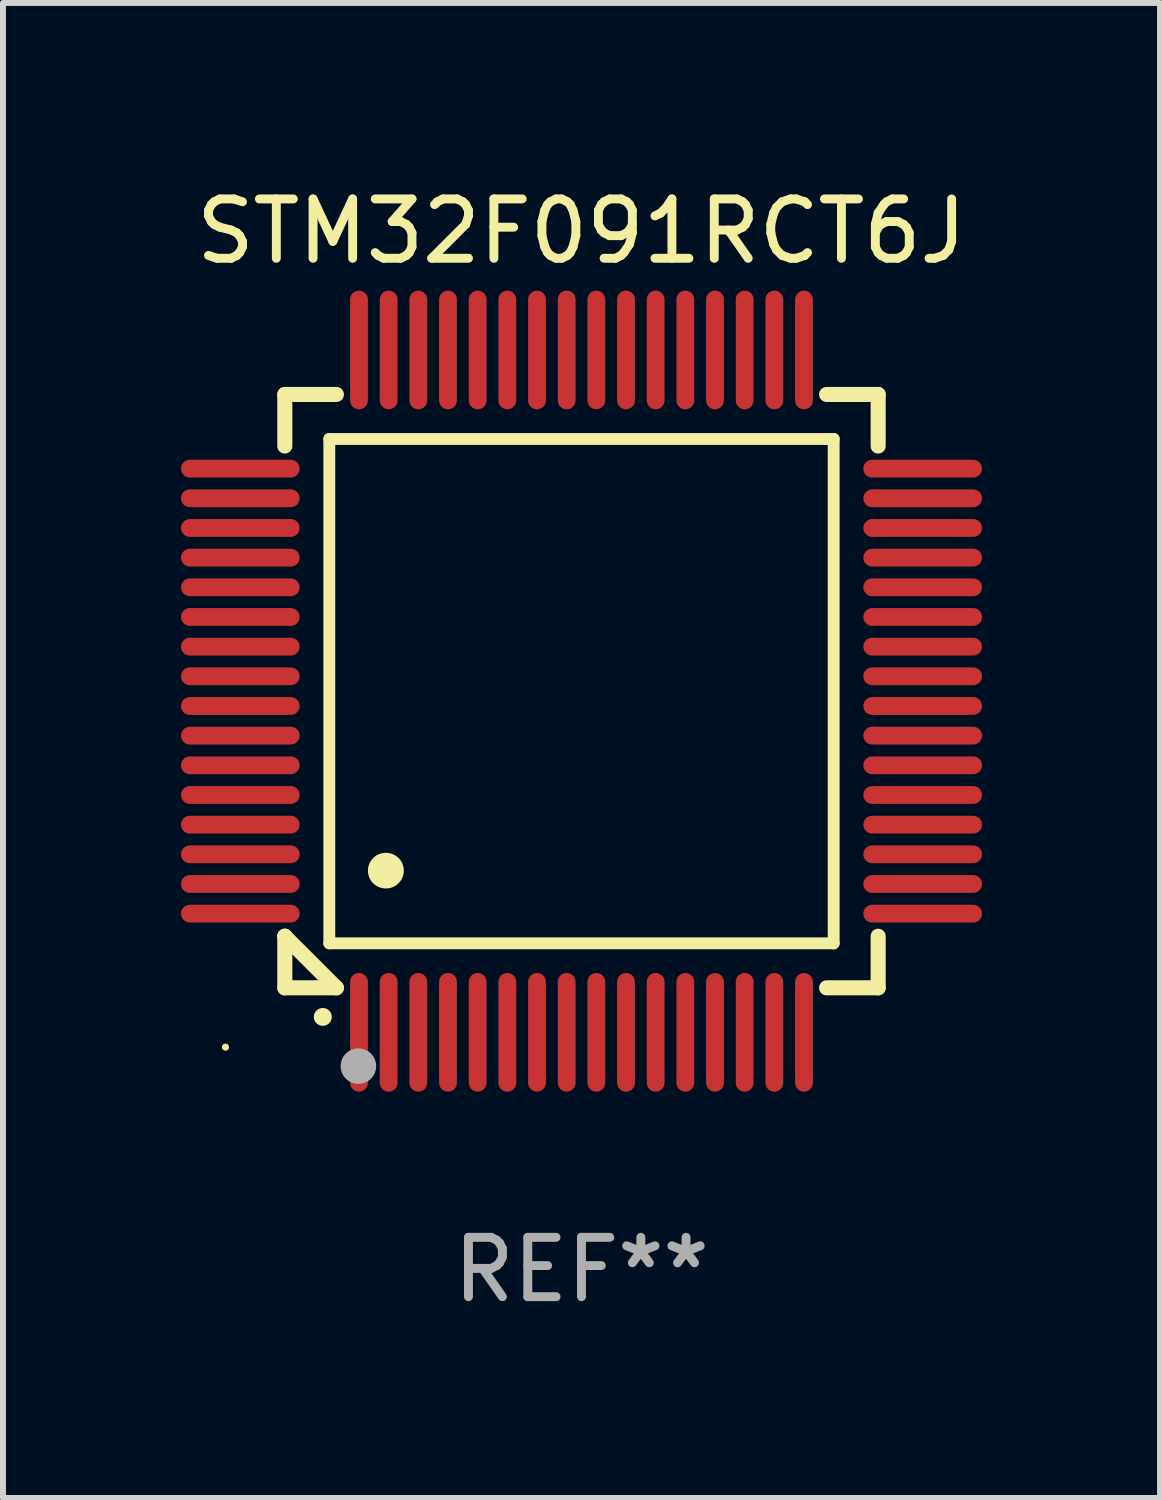
<source format=kicad_pcb>
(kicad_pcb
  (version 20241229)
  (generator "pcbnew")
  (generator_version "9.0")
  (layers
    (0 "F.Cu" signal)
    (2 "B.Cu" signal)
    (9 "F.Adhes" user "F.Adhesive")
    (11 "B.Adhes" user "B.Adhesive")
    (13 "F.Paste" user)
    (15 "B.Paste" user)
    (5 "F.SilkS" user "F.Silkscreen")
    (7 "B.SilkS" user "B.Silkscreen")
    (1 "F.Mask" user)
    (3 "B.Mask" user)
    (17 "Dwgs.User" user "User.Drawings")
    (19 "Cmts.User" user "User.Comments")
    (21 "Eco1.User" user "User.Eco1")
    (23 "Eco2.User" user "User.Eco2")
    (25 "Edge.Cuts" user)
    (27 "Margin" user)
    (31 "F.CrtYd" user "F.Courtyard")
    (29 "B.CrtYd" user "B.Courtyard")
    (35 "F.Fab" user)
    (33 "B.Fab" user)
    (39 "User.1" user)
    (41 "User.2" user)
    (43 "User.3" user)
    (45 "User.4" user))
  (footprint "STM32F091RCT6J"
    (layer "F.Cu")
    (at 6.75 8.598)
    (property "Reference" "STM32F091RCT6J" (at 0 -7.75 0) (layer "F.SilkS") (effects (font (size 1 1) (thickness 0.15))))
    (attr through_hole)
    (fp_line (start -5 -5) (end -4.131 -5) (stroke (width 0.254) (type solid)) (layer "F.SilkS"))
    (fp_line (start -5 -4.131) (end -5 -5) (stroke (width 0.254) (type solid)) (layer "F.SilkS"))
    (fp_line (start -5 4.131) (end -5 4.131) (stroke (width 0.254) (type solid)) (layer "F.SilkS"))
    (fp_line (start -5 5) (end -5 4.131) (stroke (width 0.254) (type solid)) (layer "F.SilkS"))
    (fp_line (start -5 4.131) (end -4.131 5) (stroke (width 0.254) (type solid)) (layer "F.SilkS"))
    (fp_line (start -4.25 -4.25) (end -4.25 4.25) (stroke (width 0.2) (type solid)) (layer "F.SilkS"))
    (fp_line (start -4.25 4.25) (end 4.25 4.25) (stroke (width 0.2) (type solid)) (layer "F.SilkS"))
    (fp_line (start -4.131 5) (end -5 5) (stroke (width 0.254) (type solid)) (layer "F.SilkS"))
    (fp_line (start 4.25 -4.25) (end -4.25 -4.25) (stroke (width 0.2) (type solid)) (layer "F.SilkS"))
    (fp_line (start 4.25 4.25) (end 4.25 -4.25) (stroke (width 0.2) (type solid)) (layer "F.SilkS"))
    (fp_line (start 5 -5) (end 4.131 -5) (stroke (width 0.254) (type solid)) (layer "F.SilkS"))
    (fp_line (start 5 -5) (end 5 -4.131) (stroke (width 0.254) (type solid)) (layer "F.SilkS"))
    (fp_line (start 5 4.131) (end 5 5) (stroke (width 0.254) (type solid)) (layer "F.SilkS"))
    (fp_line (start 5 5) (end 4.131 5) (stroke (width 0.254) (type solid)) (layer "F.SilkS"))
    (fp_arc (start -4.361265 5.489992) (mid -4.359995 5.489987) (end -4.358725 5.489992) (stroke (width 0.3) (type solid)) (layer "F.SilkS"))
    (fp_arc (start -3.299467 3.025146) (mid -3.296927 3.025135) (end -3.294387 3.025146) (stroke (width 0.6) (type solid)) (layer "F.SilkS"))
    (fp_circle (center -6 6) (end -5.97 6) (stroke (width 0.06) (type solid)) (fill no) (layer "F.SilkS"))
    (fp_circle (center -3.76 6.32) (end -3.61 6.32) (stroke (width 0.3) (type solid)) (fill no) (layer "F.Fab"))
    (fp_text user "REF**" (at 0 9.75 0) (layer "F.Fab") (effects (font (size 1 1) (thickness 0.15))))
    (pad "1" smd oval (at -3.75 5.75) (size 0.3 2) (layers "F.Cu" "F.Mask" "F.Paste"))
    (pad "2" smd oval (at -3.25 5.75) (size 0.3 2) (layers "F.Cu" "F.Mask" "F.Paste"))
    (pad "3" smd oval (at -2.75 5.75) (size 0.3 2) (layers "F.Cu" "F.Mask" "F.Paste"))
    (pad "4" smd oval (at -2.25 5.75) (size 0.3 2) (layers "F.Cu" "F.Mask" "F.Paste"))
    (pad "5" smd oval (at -1.75 5.75) (size 0.3 2) (layers "F.Cu" "F.Mask" "F.Paste"))
    (pad "6" smd oval (at -1.25 5.75) (size 0.3 2) (layers "F.Cu" "F.Mask" "F.Paste"))
    (pad "7" smd oval (at -0.75 5.75) (size 0.3 2) (layers "F.Cu" "F.Mask" "F.Paste"))
    (pad "8" smd oval (at -0.25 5.75) (size 0.3 2) (layers "F.Cu" "F.Mask" "F.Paste"))
    (pad "9" smd oval (at 0.25 5.75) (size 0.3 2) (layers "F.Cu" "F.Mask" "F.Paste"))
    (pad "10" smd oval (at 0.75 5.75) (size 0.3 2) (layers "F.Cu" "F.Mask" "F.Paste"))
    (pad "11" smd oval (at 1.25 5.75) (size 0.3 2) (layers "F.Cu" "F.Mask" "F.Paste"))
    (pad "12" smd oval (at 1.75 5.75) (size 0.3 2) (layers "F.Cu" "F.Mask" "F.Paste"))
    (pad "13" smd oval (at 2.25 5.75) (size 0.3 2) (layers "F.Cu" "F.Mask" "F.Paste"))
    (pad "14" smd oval (at 2.75 5.75) (size 0.3 2) (layers "F.Cu" "F.Mask" "F.Paste"))
    (pad "15" smd oval (at 3.25 5.75) (size 0.3 2) (layers "F.Cu" "F.Mask" "F.Paste"))
    (pad "16" smd oval (at 3.75 5.75) (size 0.3 2) (layers "F.Cu" "F.Mask" "F.Paste"))
    (pad "17" smd oval (at 5.75 3.75) (size 2 0.3) (layers "F.Cu" "F.Mask" "F.Paste"))
    (pad "18" smd oval (at 5.75 3.25) (size 2 0.3) (layers "F.Cu" "F.Mask" "F.Paste"))
    (pad "19" smd oval (at 5.75 2.75) (size 2 0.3) (layers "F.Cu" "F.Mask" "F.Paste"))
    (pad "20" smd oval (at 5.75 2.25) (size 2 0.3) (layers "F.Cu" "F.Mask" "F.Paste"))
    (pad "21" smd oval (at 5.75 1.75) (size 2 0.3) (layers "F.Cu" "F.Mask" "F.Paste"))
    (pad "22" smd oval (at 5.75 1.25) (size 2 0.3) (layers "F.Cu" "F.Mask" "F.Paste"))
    (pad "23" smd oval (at 5.75 0.75) (size 2 0.3) (layers "F.Cu" "F.Mask" "F.Paste"))
    (pad "24" smd oval (at 5.75 0.25) (size 2 0.3) (layers "F.Cu" "F.Mask" "F.Paste"))
    (pad "25" smd oval (at 5.75 -0.25) (size 2 0.3) (layers "F.Cu" "F.Mask" "F.Paste"))
    (pad "26" smd oval (at 5.75 -0.75) (size 2 0.3) (layers "F.Cu" "F.Mask" "F.Paste"))
    (pad "27" smd oval (at 5.75 -1.25) (size 2 0.3) (layers "F.Cu" "F.Mask" "F.Paste"))
    (pad "28" smd oval (at 5.75 -1.75) (size 2 0.3) (layers "F.Cu" "F.Mask" "F.Paste"))
    (pad "29" smd oval (at 5.75 -2.25) (size 2 0.3) (layers "F.Cu" "F.Mask" "F.Paste"))
    (pad "30" smd oval (at 5.75 -2.75) (size 2 0.3) (layers "F.Cu" "F.Mask" "F.Paste"))
    (pad "31" smd oval (at 5.75 -3.25) (size 2 0.3) (layers "F.Cu" "F.Mask" "F.Paste"))
    (pad "32" smd oval (at 5.75 -3.75) (size 2 0.3) (layers "F.Cu" "F.Mask" "F.Paste"))
    (pad "33" smd oval (at 3.75 -5.75) (size 0.3 2) (layers "F.Cu" "F.Mask" "F.Paste"))
    (pad "34" smd oval (at 3.25 -5.75) (size 0.3 2) (layers "F.Cu" "F.Mask" "F.Paste"))
    (pad "35" smd oval (at 2.75 -5.75) (size 0.3 2) (layers "F.Cu" "F.Mask" "F.Paste"))
    (pad "36" smd oval (at 2.25 -5.75) (size 0.3 2) (layers "F.Cu" "F.Mask" "F.Paste"))
    (pad "37" smd oval (at 1.75 -5.75) (size 0.3 2) (layers "F.Cu" "F.Mask" "F.Paste"))
    (pad "38" smd oval (at 1.25 -5.75) (size 0.3 2) (layers "F.Cu" "F.Mask" "F.Paste"))
    (pad "39" smd oval (at 0.75 -5.75) (size 0.3 2) (layers "F.Cu" "F.Mask" "F.Paste"))
    (pad "40" smd oval (at 0.25 -5.75) (size 0.3 2) (layers "F.Cu" "F.Mask" "F.Paste"))
    (pad "41" smd oval (at -0.25 -5.75) (size 0.3 2) (layers "F.Cu" "F.Mask" "F.Paste"))
    (pad "42" smd oval (at -0.75 -5.75) (size 0.3 2) (layers "F.Cu" "F.Mask" "F.Paste"))
    (pad "43" smd oval (at -1.25 -5.75) (size 0.3 2) (layers "F.Cu" "F.Mask" "F.Paste"))
    (pad "44" smd oval (at -1.75 -5.75) (size 0.3 2) (layers "F.Cu" "F.Mask" "F.Paste"))
    (pad "45" smd oval (at -2.25 -5.75) (size 0.3 2) (layers "F.Cu" "F.Mask" "F.Paste"))
    (pad "46" smd oval (at -2.75 -5.75) (size 0.3 2) (layers "F.Cu" "F.Mask" "F.Paste"))
    (pad "47" smd oval (at -3.25 -5.75) (size 0.3 2) (layers "F.Cu" "F.Mask" "F.Paste"))
    (pad "48" smd oval (at -3.75 -5.75) (size 0.3 2) (layers "F.Cu" "F.Mask" "F.Paste"))
    (pad "49" smd oval (at -5.75 -3.75) (size 2 0.3) (layers "F.Cu" "F.Mask" "F.Paste"))
    (pad "50" smd oval (at -5.75 -3.25) (size 2 0.3) (layers "F.Cu" "F.Mask" "F.Paste"))
    (pad "51" smd oval (at -5.75 -2.75) (size 2 0.3) (layers "F.Cu" "F.Mask" "F.Paste"))
    (pad "52" smd oval (at -5.75 -2.25) (size 2 0.3) (layers "F.Cu" "F.Mask" "F.Paste"))
    (pad "53" smd oval (at -5.75 -1.75) (size 2 0.3) (layers "F.Cu" "F.Mask" "F.Paste"))
    (pad "54" smd oval (at -5.75 -1.25) (size 2 0.3) (layers "F.Cu" "F.Mask" "F.Paste"))
    (pad "55" smd oval (at -5.75 -0.75) (size 2 0.3) (layers "F.Cu" "F.Mask" "F.Paste"))
    (pad "56" smd oval (at -5.75 -0.25) (size 2 0.3) (layers "F.Cu" "F.Mask" "F.Paste"))
    (pad "57" smd oval (at -5.75 0.25) (size 2 0.3) (layers "F.Cu" "F.Mask" "F.Paste"))
    (pad "58" smd oval (at -5.75 0.75) (size 2 0.3) (layers "F.Cu" "F.Mask" "F.Paste"))
    (pad "59" smd oval (at -5.75 1.25) (size 2 0.3) (layers "F.Cu" "F.Mask" "F.Paste"))
    (pad "60" smd oval (at -5.75 1.75) (size 2 0.3) (layers "F.Cu" "F.Mask" "F.Paste"))
    (pad "61" smd oval (at -5.75 2.25) (size 2 0.3) (layers "F.Cu" "F.Mask" "F.Paste"))
    (pad "62" smd oval (at -5.75 2.75) (size 2 0.3) (layers "F.Cu" "F.Mask" "F.Paste"))
    (pad "63" smd oval (at -5.75 3.25) (size 2 0.3) (layers "F.Cu" "F.Mask" "F.Paste"))
    (pad "64" smd oval (at -5.75 3.75) (size 2 0.3) (layers "F.Cu" "F.Mask" "F.Paste")))
  (gr_rect
    (start -3 -3)
    (end 16.5 22.196)
    (stroke (width 0.1) (type default))
    (fill no)
    (layer "Edge.Cuts")))
</source>
